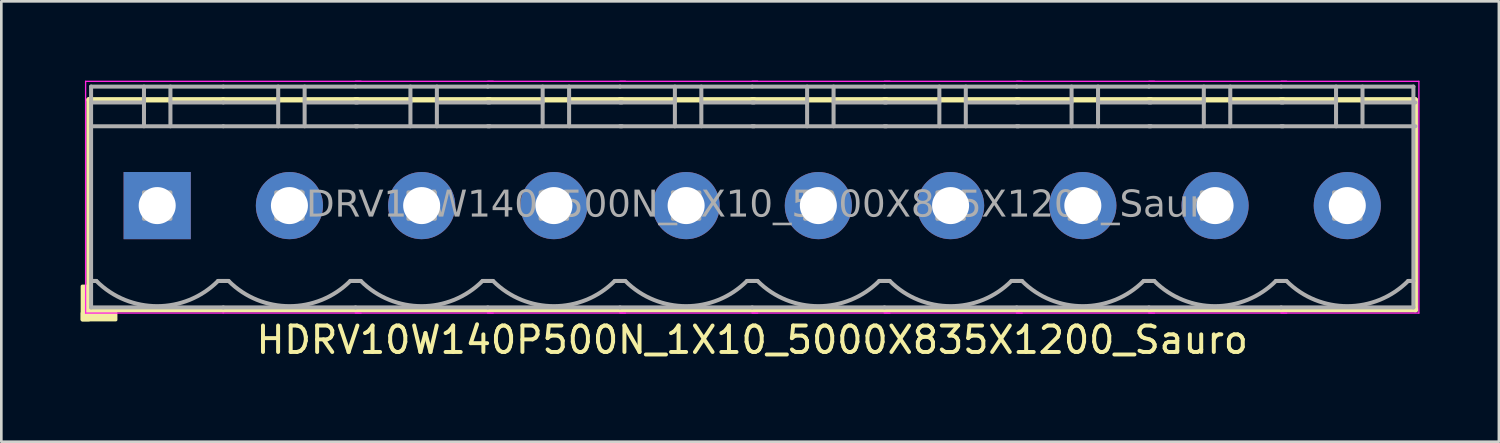
<source format=kicad_pcb>
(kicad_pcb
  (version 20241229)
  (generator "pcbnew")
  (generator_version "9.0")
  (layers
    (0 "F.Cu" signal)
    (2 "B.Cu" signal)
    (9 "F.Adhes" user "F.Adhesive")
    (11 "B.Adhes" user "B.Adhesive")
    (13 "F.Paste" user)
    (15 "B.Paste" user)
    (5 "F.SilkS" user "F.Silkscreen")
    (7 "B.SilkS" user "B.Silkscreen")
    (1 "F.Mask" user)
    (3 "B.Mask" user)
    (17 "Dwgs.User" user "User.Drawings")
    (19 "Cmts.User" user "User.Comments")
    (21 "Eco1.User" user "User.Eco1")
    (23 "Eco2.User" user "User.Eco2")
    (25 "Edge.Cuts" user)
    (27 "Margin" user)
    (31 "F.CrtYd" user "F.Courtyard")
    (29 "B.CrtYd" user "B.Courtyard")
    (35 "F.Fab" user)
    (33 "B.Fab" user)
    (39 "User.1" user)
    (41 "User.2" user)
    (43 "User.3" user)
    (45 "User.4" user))
  (footprint "HDRV10W140P500N_1X10_5000X835X1200_Sauro"
    (layer "F.Cu")
    (at 25.394 4.724)
    (property "Reference" "HDRV10W140P500N_1X10_5000X835X1200_Sauro" (at 0 5.08 0) (layer "F.SilkS") (effects (font (size 1 1) (thickness 0.15))))
    (attr through_hole)
    (fp_line (start -25.08 -4) (end -25.08 3.937) (stroke (width 0.203) (type solid)) (layer "F.SilkS"))
    (fp_line (start -25.08 3.937) (end -20 3.937) (stroke (width 0.203) (type solid)) (layer "F.SilkS"))
    (fp_line (start -20.005 -4) (end -25.08 -4) (stroke (width 0.203) (type solid)) (layer "F.SilkS"))
    (fp_line (start -20 3.937) (end -14.92 3.937) (stroke (width 0.203) (type solid)) (layer "F.SilkS"))
    (fp_line (start -15 3.937) (end -9.92 3.937) (stroke (width 0.203) (type solid)) (layer "F.SilkS"))
    (fp_line (start -14.93 -4) (end -20.005 -4) (stroke (width 0.203) (type solid)) (layer "F.SilkS"))
    (fp_line (start -10 3.937) (end -4.92 3.937) (stroke (width 0.203) (type solid)) (layer "F.SilkS"))
    (fp_line (start -9.93 -4) (end -15.005 -4) (stroke (width 0.203) (type solid)) (layer "F.SilkS"))
    (fp_line (start -5 3.937) (end 0.08 3.937) (stroke (width 0.203) (type solid)) (layer "F.SilkS"))
    (fp_line (start -4.93 -4) (end -10.005 -4) (stroke (width 0.203) (type solid)) (layer "F.SilkS"))
    (fp_line (start 0 3.937) (end 5.08 3.937) (stroke (width 0.203) (type solid)) (layer "F.SilkS"))
    (fp_line (start 0.07 -4) (end -5.005 -4) (stroke (width 0.203) (type solid)) (layer "F.SilkS"))
    (fp_line (start 5 3.937) (end 10.08 3.937) (stroke (width 0.203) (type solid)) (layer "F.SilkS"))
    (fp_line (start 5.07 -4) (end -0.005 -4) (stroke (width 0.203) (type solid)) (layer "F.SilkS"))
    (fp_line (start 10 3.937) (end 15.08 3.937) (stroke (width 0.203) (type solid)) (layer "F.SilkS"))
    (fp_line (start 10.07 -4) (end 4.995 -4) (stroke (width 0.203) (type solid)) (layer "F.SilkS"))
    (fp_line (start 15 3.937) (end 20.08 3.937) (stroke (width 0.203) (type solid)) (layer "F.SilkS"))
    (fp_line (start 15.07 -4) (end 9.995 -4) (stroke (width 0.203) (type solid)) (layer "F.SilkS"))
    (fp_line (start 20 3.937) (end 25.08 3.937) (stroke (width 0.203) (type solid)) (layer "F.SilkS"))
    (fp_line (start 20.07 -4) (end 14.995 -4) (stroke (width 0.203) (type solid)) (layer "F.SilkS"))
    (fp_line (start 25.07 -4) (end 19.995 -4) (stroke (width 0.203) (type solid)) (layer "F.SilkS"))
    (fp_line (start 25.07 -4) (end 25.07 3.937) (stroke (width 0.203) (type solid)) (layer "F.SilkS"))
    (fp_rect (start -25.08 3.048) (end -25.334 4.318) (stroke (width 0.12) (type solid)) (fill yes) (layer "F.SilkS"))
    (fp_rect (start -24.064 4.318) (end -25.334 4.064) (stroke (width 0.12) (type solid)) (fill yes) (layer "F.SilkS"))
    (fp_line (start -25.207 4.064) (end -25.207 -4.699) (stroke (width 0.05) (type solid)) (layer "F.CrtYd"))
    (fp_line (start -20.005 4.064) (end -25.207 4.064) (stroke (width 0.05) (type solid)) (layer "F.CrtYd"))
    (fp_line (start -20 -4.699) (end -25.207 -4.699) (stroke (width 0.05) (type solid)) (layer "F.CrtYd"))
    (fp_line (start -14.793 -4.699) (end -20 -4.699) (stroke (width 0.05) (type solid)) (layer "F.CrtYd"))
    (fp_line (start -14.793 4.064) (end -20.005 4.064) (stroke (width 0.05) (type solid)) (layer "F.CrtYd"))
    (fp_line (start -9.793 -4.699) (end -15 -4.699) (stroke (width 0.05) (type solid)) (layer "F.CrtYd"))
    (fp_line (start -9.793 4.064) (end -15.005 4.064) (stroke (width 0.05) (type solid)) (layer "F.CrtYd"))
    (fp_line (start -4.793 -4.699) (end -10 -4.699) (stroke (width 0.05) (type solid)) (layer "F.CrtYd"))
    (fp_line (start -4.793 4.064) (end -10.005 4.064) (stroke (width 0.05) (type solid)) (layer "F.CrtYd"))
    (fp_line (start 0.207 -4.699) (end -5 -4.699) (stroke (width 0.05) (type solid)) (layer "F.CrtYd"))
    (fp_line (start 0.207 4.064) (end -5.005 4.064) (stroke (width 0.05) (type solid)) (layer "F.CrtYd"))
    (fp_line (start 5.207 -4.699) (end 0 -4.699) (stroke (width 0.05) (type solid)) (layer "F.CrtYd"))
    (fp_line (start 5.207 4.064) (end -0.005 4.064) (stroke (width 0.05) (type solid)) (layer "F.CrtYd"))
    (fp_line (start 10.207 -4.699) (end 5 -4.699) (stroke (width 0.05) (type solid)) (layer "F.CrtYd"))
    (fp_line (start 10.207 4.064) (end 4.995 4.064) (stroke (width 0.05) (type solid)) (layer "F.CrtYd"))
    (fp_line (start 15.207 -4.699) (end 10 -4.699) (stroke (width 0.05) (type solid)) (layer "F.CrtYd"))
    (fp_line (start 15.207 4.064) (end 9.995 4.064) (stroke (width 0.05) (type solid)) (layer "F.CrtYd"))
    (fp_line (start 20.207 -4.699) (end 15 -4.699) (stroke (width 0.05) (type solid)) (layer "F.CrtYd"))
    (fp_line (start 20.207 4.064) (end 14.995 4.064) (stroke (width 0.05) (type solid)) (layer "F.CrtYd"))
    (fp_line (start 25.207 -4.699) (end 20 -4.699) (stroke (width 0.05) (type solid)) (layer "F.CrtYd"))
    (fp_line (start 25.207 -4.699) (end 25.207 4.064) (stroke (width 0.05) (type solid)) (layer "F.CrtYd"))
    (fp_line (start 25.207 4.064) (end 19.995 4.064) (stroke (width 0.05) (type solid)) (layer "F.CrtYd"))
    (fp_line (start -25 -4.5) (end -25 3.85) (stroke (width 0.152) (type solid)) (layer "F.Fab"))
    (fp_line (start -24.8 2.85) (end -25 2.85) (stroke (width 0.152) (type solid)) (layer "F.Fab"))
    (fp_line (start -23 -4.5) (end -23 -3) (stroke (width 0.152) (type default)) (layer "F.Fab"))
    (fp_line (start -23 -3.9) (end -25 -3.9) (stroke (width 0.152) (type solid)) (layer "F.Fab"))
    (fp_line (start -22 -4.5) (end -22 -3) (stroke (width 0.152) (type default)) (layer "F.Fab"))
    (fp_line (start -22 -3.9) (end -20 -3.9) (stroke (width 0.152) (type solid)) (layer "F.Fab"))
    (fp_line (start -20.2 2.85) (end -19.8 2.85) (stroke (width 0.152) (type solid)) (layer "F.Fab"))
    (fp_line (start -20 -4.5) (end -25 -4.5) (stroke (width 0.152) (type solid)) (layer "F.Fab"))
    (fp_line (start -20 -3) (end -25 -3) (stroke (width 0.152) (type solid)) (layer "F.Fab"))
    (fp_line (start -20 3.85) (end -25 3.85) (stroke (width 0.152) (type solid)) (layer "F.Fab"))
    (fp_line (start -20 3.85) (end -15 3.85) (stroke (width 0.152) (type solid)) (layer "F.Fab"))
    (fp_line (start -17.925 -4.5) (end -17.925 -3) (stroke (width 0.152) (type default)) (layer "F.Fab"))
    (fp_line (start -17.925 -3.9) (end -20 -3.9) (stroke (width 0.152) (type solid)) (layer "F.Fab"))
    (fp_line (start -16.925 -4.5) (end -16.925 -3) (stroke (width 0.152) (type default)) (layer "F.Fab"))
    (fp_line (start -16.925 -3.9) (end -14.925 -3.9) (stroke (width 0.152) (type solid)) (layer "F.Fab"))
    (fp_line (start -15.2 2.85) (end -14.8 2.85) (stroke (width 0.152) (type solid)) (layer "F.Fab"))
    (fp_line (start -15 -4.5) (end -20 -4.5) (stroke (width 0.152) (type solid)) (layer "F.Fab"))
    (fp_line (start -15 3.85) (end -10 3.85) (stroke (width 0.152) (type solid)) (layer "F.Fab"))
    (fp_line (start -14.925 -3) (end -20 -3) (stroke (width 0.152) (type solid)) (layer "F.Fab"))
    (fp_line (start -12.925 -4.5) (end -12.925 -3) (stroke (width 0.152) (type default)) (layer "F.Fab"))
    (fp_line (start -12.925 -3.9) (end -15 -3.9) (stroke (width 0.152) (type solid)) (layer "F.Fab"))
    (fp_line (start -11.925 -4.5) (end -11.925 -3) (stroke (width 0.152) (type default)) (layer "F.Fab"))
    (fp_line (start -11.925 -3.9) (end -9.925 -3.9) (stroke (width 0.152) (type solid)) (layer "F.Fab"))
    (fp_line (start -10.2 2.85) (end -9.8 2.85) (stroke (width 0.152) (type solid)) (layer "F.Fab"))
    (fp_line (start -10 -4.5) (end -15 -4.5) (stroke (width 0.152) (type solid)) (layer "F.Fab"))
    (fp_line (start -10 3.85) (end -5 3.85) (stroke (width 0.152) (type solid)) (layer "F.Fab"))
    (fp_line (start -9.925 -3) (end -15 -3) (stroke (width 0.152) (type solid)) (layer "F.Fab"))
    (fp_line (start -7.925 -4.5) (end -7.925 -3) (stroke (width 0.152) (type default)) (layer "F.Fab"))
    (fp_line (start -7.925 -3.9) (end -10 -3.9) (stroke (width 0.152) (type solid)) (layer "F.Fab"))
    (fp_line (start -6.925 -4.5) (end -6.925 -3) (stroke (width 0.152) (type default)) (layer "F.Fab"))
    (fp_line (start -6.925 -3.9) (end -4.925 -3.9) (stroke (width 0.152) (type solid)) (layer "F.Fab"))
    (fp_line (start -5.2 2.85) (end -4.8 2.85) (stroke (width 0.152) (type solid)) (layer "F.Fab"))
    (fp_line (start -5 -4.5) (end -10 -4.5) (stroke (width 0.152) (type solid)) (layer "F.Fab"))
    (fp_line (start -5 3.85) (end 0 3.85) (stroke (width 0.152) (type solid)) (layer "F.Fab"))
    (fp_line (start -4.925 -3) (end -10 -3) (stroke (width 0.152) (type solid)) (layer "F.Fab"))
    (fp_line (start -2.925 -4.5) (end -2.925 -3) (stroke (width 0.152) (type default)) (layer "F.Fab"))
    (fp_line (start -2.925 -3.9) (end -5 -3.9) (stroke (width 0.152) (type solid)) (layer "F.Fab"))
    (fp_line (start -1.925 -4.5) (end -1.925 -3) (stroke (width 0.152) (type default)) (layer "F.Fab"))
    (fp_line (start -1.925 -3.9) (end 0.075 -3.9) (stroke (width 0.152) (type solid)) (layer "F.Fab"))
    (fp_line (start -0.2 2.85) (end 0.2 2.85) (stroke (width 0.152) (type solid)) (layer "F.Fab"))
    (fp_line (start 0 -4.5) (end -5 -4.5) (stroke (width 0.152) (type solid)) (layer "F.Fab"))
    (fp_line (start 0 3.85) (end 5 3.85) (stroke (width 0.152) (type solid)) (layer "F.Fab"))
    (fp_line (start 0.075 -3) (end -5 -3) (stroke (width 0.152) (type solid)) (layer "F.Fab"))
    (fp_line (start 2.075 -4.5) (end 2.075 -3) (stroke (width 0.152) (type default)) (layer "F.Fab"))
    (fp_line (start 2.075 -3.9) (end 0 -3.9) (stroke (width 0.152) (type solid)) (layer "F.Fab"))
    (fp_line (start 3.075 -4.5) (end 3.075 -3) (stroke (width 0.152) (type default)) (layer "F.Fab"))
    (fp_line (start 3.075 -3.9) (end 5.075 -3.9) (stroke (width 0.152) (type solid)) (layer "F.Fab"))
    (fp_line (start 4.8 2.85) (end 5.2 2.85) (stroke (width 0.152) (type solid)) (layer "F.Fab"))
    (fp_line (start 5 -4.5) (end 0 -4.5) (stroke (width 0.152) (type solid)) (layer "F.Fab"))
    (fp_line (start 5 3.85) (end 10 3.85) (stroke (width 0.152) (type solid)) (layer "F.Fab"))
    (fp_line (start 5.075 -3) (end 0 -3) (stroke (width 0.152) (type solid)) (layer "F.Fab"))
    (fp_line (start 7.075 -4.5) (end 7.075 -3) (stroke (width 0.152) (type default)) (layer "F.Fab"))
    (fp_line (start 7.075 -3.9) (end 5 -3.9) (stroke (width 0.152) (type solid)) (layer "F.Fab"))
    (fp_line (start 8.075 -4.5) (end 8.075 -3) (stroke (width 0.152) (type default)) (layer "F.Fab"))
    (fp_line (start 8.075 -3.9) (end 10.075 -3.9) (stroke (width 0.152) (type solid)) (layer "F.Fab"))
    (fp_line (start 9.8 2.85) (end 10.2 2.85) (stroke (width 0.152) (type solid)) (layer "F.Fab"))
    (fp_line (start 10 -4.5) (end 5 -4.5) (stroke (width 0.152) (type solid)) (layer "F.Fab"))
    (fp_line (start 10 3.85) (end 15 3.85) (stroke (width 0.152) (type solid)) (layer "F.Fab"))
    (fp_line (start 10.075 -3) (end 5 -3) (stroke (width 0.152) (type solid)) (layer "F.Fab"))
    (fp_line (start 12.075 -4.5) (end 12.075 -3) (stroke (width 0.152) (type default)) (layer "F.Fab"))
    (fp_line (start 12.075 -3.9) (end 10 -3.9) (stroke (width 0.152) (type solid)) (layer "F.Fab"))
    (fp_line (start 13.075 -4.5) (end 13.075 -3) (stroke (width 0.152) (type default)) (layer "F.Fab"))
    (fp_line (start 13.075 -3.9) (end 15.075 -3.9) (stroke (width 0.152) (type solid)) (layer "F.Fab"))
    (fp_line (start 14.8 2.85) (end 15.2 2.85) (stroke (width 0.152) (type solid)) (layer "F.Fab"))
    (fp_line (start 15 -4.5) (end 10 -4.5) (stroke (width 0.152) (type solid)) (layer "F.Fab"))
    (fp_line (start 15 3.85) (end 20 3.85) (stroke (width 0.152) (type solid)) (layer "F.Fab"))
    (fp_line (start 15.075 -3) (end 10 -3) (stroke (width 0.152) (type solid)) (layer "F.Fab"))
    (fp_line (start 17.075 -4.5) (end 17.075 -3) (stroke (width 0.152) (type default)) (layer "F.Fab"))
    (fp_line (start 17.075 -3.9) (end 15 -3.9) (stroke (width 0.152) (type solid)) (layer "F.Fab"))
    (fp_line (start 18.075 -4.5) (end 18.075 -3) (stroke (width 0.152) (type default)) (layer "F.Fab"))
    (fp_line (start 18.075 -3.9) (end 20.075 -3.9) (stroke (width 0.152) (type solid)) (layer "F.Fab"))
    (fp_line (start 19.8 2.85) (end 20.2 2.85) (stroke (width 0.152) (type solid)) (layer "F.Fab"))
    (fp_line (start 20 -4.5) (end 15 -4.5) (stroke (width 0.152) (type solid)) (layer "F.Fab"))
    (fp_line (start 20 3.85) (end 25 3.85) (stroke (width 0.152) (type solid)) (layer "F.Fab"))
    (fp_line (start 20.075 -3) (end 15 -3) (stroke (width 0.152) (type solid)) (layer "F.Fab"))
    (fp_line (start 22.075 -4.5) (end 22.075 -3) (stroke (width 0.152) (type default)) (layer "F.Fab"))
    (fp_line (start 22.075 -3.9) (end 20 -3.9) (stroke (width 0.152) (type solid)) (layer "F.Fab"))
    (fp_line (start 23.075 -4.5) (end 23.075 -3) (stroke (width 0.152) (type default)) (layer "F.Fab"))
    (fp_line (start 23.075 -3.9) (end 25.075 -3.9) (stroke (width 0.152) (type solid)) (layer "F.Fab"))
    (fp_line (start 25 -4.5) (end 20 -4.5) (stroke (width 0.152) (type solid)) (layer "F.Fab"))
    (fp_line (start 25 -4.5) (end 25 3.85) (stroke (width 0.152) (type solid)) (layer "F.Fab"))
    (fp_line (start 25 2.85) (end 24.8 2.85) (stroke (width 0.152) (type solid)) (layer "F.Fab"))
    (fp_line (start 25.075 -3) (end 20 -3) (stroke (width 0.152) (type solid)) (layer "F.Fab"))
    (fp_rect (start -23 -0.5) (end -22 0.5) (stroke (width 0.152) (type solid)) (fill no) (layer "F.Fab"))
    (fp_rect (start -18 -0.5) (end -17 0.5) (stroke (width 0.152) (type solid)) (fill no) (layer "F.Fab"))
    (fp_rect (start -13 -0.5) (end -12 0.5) (stroke (width 0.152) (type solid)) (fill no) (layer "F.Fab"))
    (fp_rect (start -8 -0.5) (end -7 0.5) (stroke (width 0.152) (type solid)) (fill no) (layer "F.Fab"))
    (fp_rect (start -3 -0.5) (end -2 0.5) (stroke (width 0.152) (type solid)) (fill no) (layer "F.Fab"))
    (fp_rect (start 2 -0.5) (end 3 0.5) (stroke (width 0.152) (type solid)) (fill no) (layer "F.Fab"))
    (fp_rect (start 7 -0.5) (end 8 0.5) (stroke (width 0.152) (type solid)) (fill no) (layer "F.Fab"))
    (fp_rect (start 12 -0.5) (end 13 0.5) (stroke (width 0.152) (type solid)) (fill no) (layer "F.Fab"))
    (fp_rect (start 17 -0.5) (end 18 0.5) (stroke (width 0.152) (type solid)) (fill no) (layer "F.Fab"))
    (fp_rect (start 22 -0.5) (end 23 0.5) (stroke (width 0.152) (type solid)) (fill no) (layer "F.Fab"))
    (fp_arc (start -20.2 2.85) (mid -22.5 3.802691) (end -24.8 2.85) (stroke (width 0.1524) (type default)) (layer "F.Fab"))
    (fp_arc (start -15.2 2.85) (mid -17.5 3.802691) (end -19.8 2.85) (stroke (width 0.1524) (type default)) (layer "F.Fab"))
    (fp_arc (start -10.2 2.85) (mid -12.5 3.802691) (end -14.8 2.85) (stroke (width 0.1524) (type default)) (layer "F.Fab"))
    (fp_arc (start -5.2 2.85) (mid -7.5 3.802691) (end -9.8 2.85) (stroke (width 0.1524) (type default)) (layer "F.Fab"))
    (fp_arc (start -0.2 2.85) (mid -2.5 3.802691) (end -4.8 2.85) (stroke (width 0.1524) (type default)) (layer "F.Fab"))
    (fp_arc (start 4.8 2.85) (mid 2.5 3.802691) (end 0.2 2.85) (stroke (width 0.1524) (type default)) (layer "F.Fab"))
    (fp_arc (start 9.8 2.85) (mid 7.5 3.802691) (end 5.2 2.85) (stroke (width 0.1524) (type default)) (layer "F.Fab"))
    (fp_arc (start 14.8 2.85) (mid 12.5 3.802691) (end 10.2 2.85) (stroke (width 0.1524) (type default)) (layer "F.Fab"))
    (fp_arc (start 19.8 2.85) (mid 17.5 3.802691) (end 15.2 2.85) (stroke (width 0.1524) (type default)) (layer "F.Fab"))
    (fp_arc (start 24.8 2.85) (mid 22.5 3.802691) (end 20.2 2.85) (stroke (width 0.1524) (type default)) (layer "F.Fab"))
    (fp_text user "${REFERENCE}" (at 0 0 0) (layer "F.Fab") (effects (font (face "Tahoma") (size 1 1) (thickness 0.15))))
    (pad "1" thru_hole rect (at -22.5 0) (size 2.54 2.54) (drill 1.4) (layers "*.Cu" "*.Mask"))
    (pad "2" thru_hole circle (at -17.5 0) (size 2.54 2.54) (drill 1.4) (layers "*.Cu" "*.Mask"))
    (pad "3" thru_hole circle (at -12.5 0) (size 2.54 2.54) (drill 1.4) (layers "*.Cu" "*.Mask"))
    (pad "4" thru_hole circle (at -7.5 0) (size 2.54 2.54) (drill 1.4) (layers "*.Cu" "*.Mask"))
    (pad "5" thru_hole circle (at -2.5 0) (size 2.54 2.54) (drill 1.4) (layers "*.Cu" "*.Mask"))
    (pad "6" thru_hole circle (at 2.5 0) (size 2.54 2.54) (drill 1.4) (layers "*.Cu" "*.Mask"))
    (pad "7" thru_hole circle (at 7.5 0) (size 2.54 2.54) (drill 1.4) (layers "*.Cu" "*.Mask"))
    (pad "8" thru_hole circle (at 12.5 0) (size 2.54 2.54) (drill 1.4) (layers "*.Cu" "*.Mask"))
    (pad "9" thru_hole circle (at 17.5 0) (size 2.54 2.54) (drill 1.4) (layers "*.Cu" "*.Mask"))
    (pad "10" thru_hole circle (at 22.5 0) (size 2.54 2.54) (drill 1.4) (layers "*.Cu" "*.Mask")))
  (gr_rect
    (start -3 -3)
    (end 53.626 13.652)
    (stroke (width 0.1) (type default))
    (fill no)
    (layer "Edge.Cuts")))
</source>
